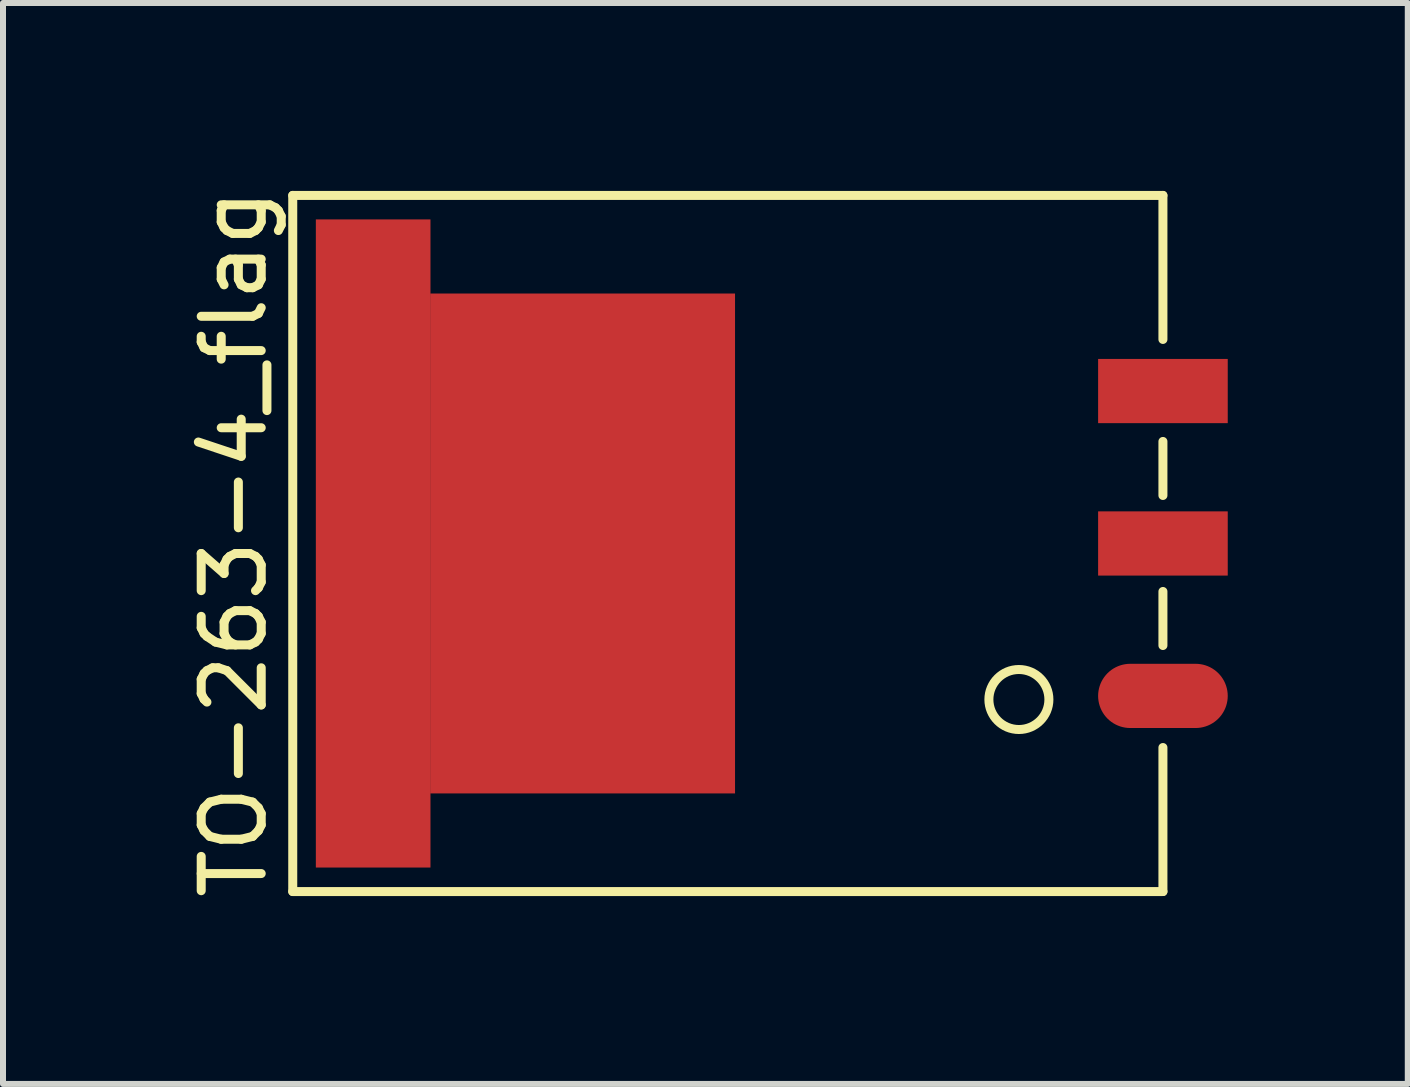
<source format=kicad_pcb>
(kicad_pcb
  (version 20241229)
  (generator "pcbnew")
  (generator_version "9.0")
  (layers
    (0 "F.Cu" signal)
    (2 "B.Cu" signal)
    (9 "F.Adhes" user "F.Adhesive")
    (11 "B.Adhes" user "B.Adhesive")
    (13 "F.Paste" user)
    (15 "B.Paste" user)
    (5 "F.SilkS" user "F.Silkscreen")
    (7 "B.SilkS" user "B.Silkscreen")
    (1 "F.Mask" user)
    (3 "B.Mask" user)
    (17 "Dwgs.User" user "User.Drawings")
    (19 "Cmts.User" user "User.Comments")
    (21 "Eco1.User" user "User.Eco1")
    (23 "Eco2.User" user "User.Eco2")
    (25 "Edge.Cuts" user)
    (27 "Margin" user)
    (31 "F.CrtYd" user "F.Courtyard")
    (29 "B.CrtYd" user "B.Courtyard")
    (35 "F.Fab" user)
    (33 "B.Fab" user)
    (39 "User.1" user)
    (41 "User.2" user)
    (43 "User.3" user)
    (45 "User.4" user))
  (footprint "TO-263-4_flag"
    (layer "F.Cu")
    (at 16.328 6.006)
    (property "Reference" "TO-263-4_flag" (at -15.48 0 90) (layer "F.SilkS") (effects (font (size 1 1) (thickness 0.15))))
    (attr through_hole)
    (fp_line (start -14.5 -5.8) (end -14.5 5.8) (stroke (width 0.15) (type solid)) (layer "F.SilkS"))
    (fp_line (start -14.5 -5.8) (end 0 -5.8) (stroke (width 0.15) (type solid)) (layer "F.SilkS"))
    (fp_line (start -14.5 5.8) (end 0 5.8) (stroke (width 0.15) (type solid)) (layer "F.SilkS"))
    (fp_line (start 0 -5.8) (end 0 -3.4) (stroke (width 0.15) (type solid)) (layer "F.SilkS"))
    (fp_line (start 0 -0.8) (end 0 -1.7) (stroke (width 0.15) (type solid)) (layer "F.SilkS"))
    (fp_line (start 0 1.7) (end 0 0.8) (stroke (width 0.15) (type solid)) (layer "F.SilkS"))
    (fp_line (start 0 5.8) (end 0 3.4) (stroke (width 0.15) (type solid)) (layer "F.SilkS"))
    (fp_circle (center -2.4 2.6) (end -2.1 2.2) (stroke (width 0.15) (type solid)) (fill no) (layer "F.SilkS"))
    (pad "1" smd oval (at 0 2.54) (size 2.16 1.07) (layers "F.Cu" "F.Mask" "F.Paste"))
    (pad "2" smd rect (at -13.16 0) (size 1.91 10.8) (layers "F.Cu" "F.Mask" "F.Paste"))
    (pad "2" smd rect (at -9.67 0) (size 5.08 8.33) (layers "F.Cu" "F.Mask" "F.Paste"))
    (pad "2" smd rect (at 0 0) (size 2.16 1.07) (layers "F.Cu" "F.Mask" "F.Paste"))
    (pad "3" smd rect (at 0 -2.54) (size 2.16 1.07) (layers "F.Cu" "F.Mask" "F.Paste")))
  (gr_rect
    (start -3 -3)
    (end 20.408 15.012)
    (stroke (width 0.1) (type default))
    (fill no)
    (layer "Edge.Cuts")))
</source>
